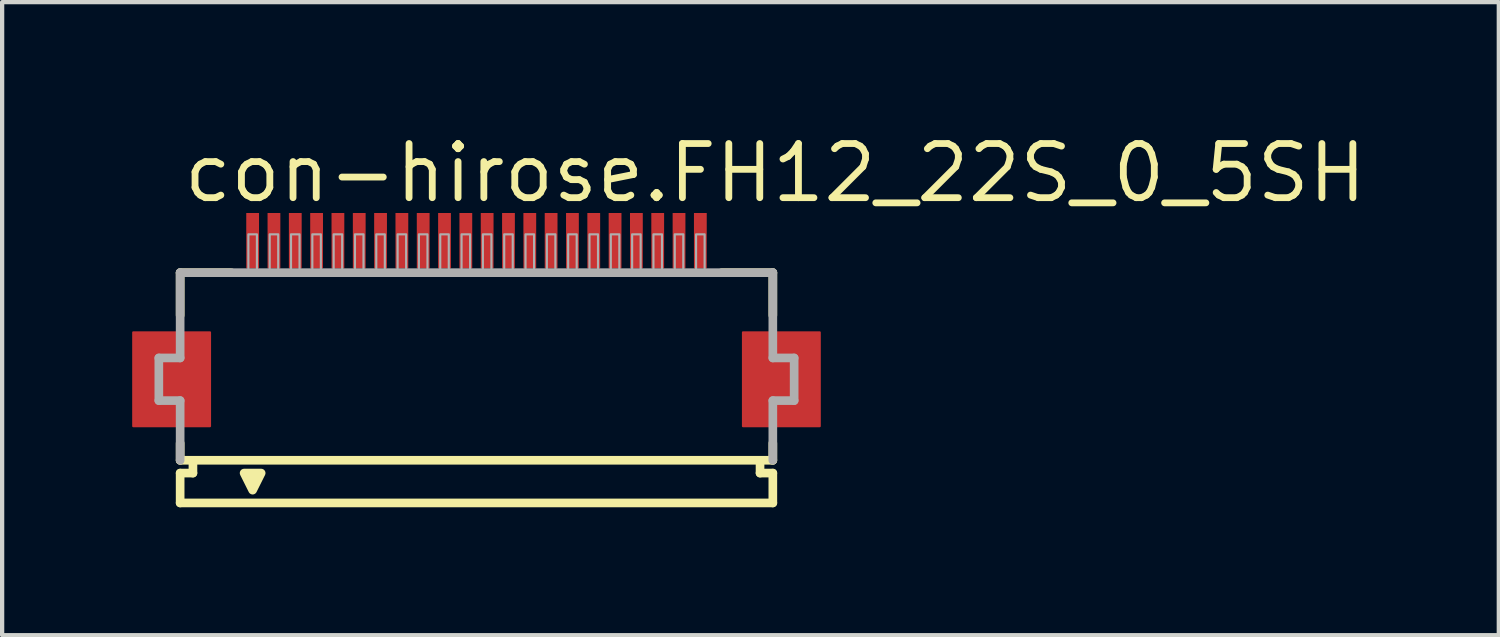
<source format=kicad_pcb>
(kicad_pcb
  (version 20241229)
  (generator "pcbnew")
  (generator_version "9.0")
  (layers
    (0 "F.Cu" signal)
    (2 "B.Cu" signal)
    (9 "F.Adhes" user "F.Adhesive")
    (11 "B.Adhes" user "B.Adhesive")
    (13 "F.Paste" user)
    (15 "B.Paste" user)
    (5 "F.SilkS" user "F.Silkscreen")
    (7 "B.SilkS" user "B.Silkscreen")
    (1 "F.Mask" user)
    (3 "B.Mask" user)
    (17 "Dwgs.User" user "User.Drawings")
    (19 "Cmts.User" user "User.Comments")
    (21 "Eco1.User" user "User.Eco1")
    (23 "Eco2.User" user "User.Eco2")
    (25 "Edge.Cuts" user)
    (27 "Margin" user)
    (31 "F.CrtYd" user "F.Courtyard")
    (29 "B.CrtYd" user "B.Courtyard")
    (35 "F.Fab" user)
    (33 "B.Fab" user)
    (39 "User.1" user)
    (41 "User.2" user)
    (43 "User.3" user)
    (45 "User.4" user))
  (footprint "con-hirose.FH12_22S_0_5SH"
    (layer "F.Cu")
    (at 8.125 5.845)
    (property "Reference" "con-hirose.FH12_22S_0_5SH" (at -6.948 -4.095 0) (layer "F.SilkS") (effects (font (size 1.27 1.27) (thickness 0.16)) (justify left bottom)))
    (attr smd)
    (fp_rect (start -8.05 1.1) (end -6.25 -1.1) (stroke (width 0.05) (type default)) (fill yes) (layer "F.Cu"))
    (fp_rect (start 6.25 1.1) (end 8.05 -1.1) (stroke (width 0.05) (type default)) (fill yes) (layer "F.Cu"))
    (fp_rect (start -8.1 1.175) (end -6.2 -1.175) (stroke (width 0.05) (type default)) (fill yes) (layer "F.Mask"))
    (fp_rect (start -5.45 -2.55) (end -5.05 -3.95) (stroke (width 0.05) (type default)) (fill yes) (layer "F.Mask"))
    (fp_rect (start -4.95 -2.55) (end -4.55 -3.95) (stroke (width 0.05) (type default)) (fill yes) (layer "F.Mask"))
    (fp_rect (start -4.45 -2.55) (end -4.05 -3.95) (stroke (width 0.05) (type default)) (fill yes) (layer "F.Mask"))
    (fp_rect (start -3.95 -2.55) (end -3.55 -3.95) (stroke (width 0.05) (type default)) (fill yes) (layer "F.Mask"))
    (fp_rect (start -3.45 -2.55) (end -3.05 -3.95) (stroke (width 0.05) (type default)) (fill yes) (layer "F.Mask"))
    (fp_rect (start -2.95 -2.55) (end -2.55 -3.95) (stroke (width 0.05) (type default)) (fill yes) (layer "F.Mask"))
    (fp_rect (start -2.45 -2.55) (end -2.05 -3.95) (stroke (width 0.05) (type default)) (fill yes) (layer "F.Mask"))
    (fp_rect (start -1.95 -2.55) (end -1.55 -3.95) (stroke (width 0.05) (type default)) (fill yes) (layer "F.Mask"))
    (fp_rect (start -1.45 -2.55) (end -1.05 -3.95) (stroke (width 0.05) (type default)) (fill yes) (layer "F.Mask"))
    (fp_rect (start -0.95 -2.55) (end -0.55 -3.95) (stroke (width 0.05) (type default)) (fill yes) (layer "F.Mask"))
    (fp_rect (start -0.45 -2.55) (end -0.05 -3.95) (stroke (width 0.05) (type default)) (fill yes) (layer "F.Mask"))
    (fp_rect (start 0.05 -2.55) (end 0.45 -3.95) (stroke (width 0.05) (type default)) (fill yes) (layer "F.Mask"))
    (fp_rect (start 0.55 -2.55) (end 0.95 -3.95) (stroke (width 0.05) (type default)) (fill yes) (layer "F.Mask"))
    (fp_rect (start 1.05 -2.55) (end 1.45 -3.95) (stroke (width 0.05) (type default)) (fill yes) (layer "F.Mask"))
    (fp_rect (start 1.55 -2.55) (end 1.95 -3.95) (stroke (width 0.05) (type default)) (fill yes) (layer "F.Mask"))
    (fp_rect (start 2.05 -2.55) (end 2.45 -3.95) (stroke (width 0.05) (type default)) (fill yes) (layer "F.Mask"))
    (fp_rect (start 2.55 -2.55) (end 2.95 -3.95) (stroke (width 0.05) (type default)) (fill yes) (layer "F.Mask"))
    (fp_rect (start 3.05 -2.55) (end 3.45 -3.95) (stroke (width 0.05) (type default)) (fill yes) (layer "F.Mask"))
    (fp_rect (start 3.55 -2.55) (end 3.95 -3.95) (stroke (width 0.05) (type default)) (fill yes) (layer "F.Mask"))
    (fp_rect (start 4.05 -2.55) (end 4.45 -3.95) (stroke (width 0.05) (type default)) (fill yes) (layer "F.Mask"))
    (fp_rect (start 4.55 -2.55) (end 4.95 -3.95) (stroke (width 0.05) (type default)) (fill yes) (layer "F.Mask"))
    (fp_rect (start 5.05 -2.55) (end 5.45 -3.95) (stroke (width 0.05) (type default)) (fill yes) (layer "F.Mask"))
    (fp_rect (start 6.2 1.175) (end 8.1 -1.175) (stroke (width 0.05) (type default)) (fill yes) (layer "F.Mask"))
    (fp_line (start -6.95 -2.5) (end -6.95 -1.5) (stroke (width 0.203) (type default)) (layer "F.SilkS"))
    (fp_line (start -6.95 1.5) (end -6.95 1.9) (stroke (width 0.203) (type default)) (layer "F.SilkS"))
    (fp_line (start -6.95 1.9) (end -6.65 1.9) (stroke (width 0.203) (type default)) (layer "F.SilkS"))
    (fp_line (start -6.95 2.2) (end -6.95 2.9) (stroke (width 0.203) (type default)) (layer "F.SilkS"))
    (fp_line (start -6.65 1.9) (end -6.65 2.2) (stroke (width 0.203) (type default)) (layer "F.SilkS"))
    (fp_line (start -6.65 2.2) (end -6.95 2.2) (stroke (width 0.203) (type default)) (layer "F.SilkS"))
    (fp_line (start -5.75 -2.5) (end -6.95 -2.5) (stroke (width 0.203) (type default)) (layer "F.SilkS"))
    (fp_line (start 6.65 1.9) (end -6.65 1.9) (stroke (width 0.203) (type default)) (layer "F.SilkS"))
    (fp_line (start 6.65 1.9) (end 6.95 1.9) (stroke (width 0.203) (type default)) (layer "F.SilkS"))
    (fp_line (start 6.65 2.2) (end 6.65 1.9) (stroke (width 0.203) (type default)) (layer "F.SilkS"))
    (fp_line (start 6.95 -2.5) (end 5.75 -2.5) (stroke (width 0.203) (type default)) (layer "F.SilkS"))
    (fp_line (start 6.95 -1.5) (end 6.95 -2.5) (stroke (width 0.203) (type default)) (layer "F.SilkS"))
    (fp_line (start 6.95 1.9) (end 6.95 1.5) (stroke (width 0.203) (type default)) (layer "F.SilkS"))
    (fp_line (start 6.95 2.2) (end 6.65 2.2) (stroke (width 0.203) (type default)) (layer "F.SilkS"))
    (fp_line (start 6.95 2.9) (end -6.95 2.9) (stroke (width 0.203) (type default)) (layer "F.SilkS"))
    (fp_line (start 6.95 2.9) (end 6.95 2.2) (stroke (width 0.203) (type default)) (layer "F.SilkS"))
    (fp_poly (pts (xy -5.45 2.2) (xy -5.25 2.6) (xy -5.05 2.2)) (stroke (width 0.203) (type default)) (fill yes) (layer "F.SilkS"))
    (fp_rect (start -7.975 1.025) (end -6.325 -1.025) (stroke (width 0.05) (type default)) (fill yes) (layer "F.Paste"))
    (fp_rect (start -5.375 -2.625) (end -5.125 -3.875) (stroke (width 0.05) (type default)) (fill yes) (layer "F.Paste"))
    (fp_rect (start -4.875 -2.625) (end -4.625 -3.875) (stroke (width 0.05) (type default)) (fill yes) (layer "F.Paste"))
    (fp_rect (start -4.375 -2.625) (end -4.125 -3.875) (stroke (width 0.05) (type default)) (fill yes) (layer "F.Paste"))
    (fp_rect (start -3.875 -2.625) (end -3.625 -3.875) (stroke (width 0.05) (type default)) (fill yes) (layer "F.Paste"))
    (fp_rect (start -3.375 -2.625) (end -3.125 -3.875) (stroke (width 0.05) (type default)) (fill yes) (layer "F.Paste"))
    (fp_rect (start -2.875 -2.625) (end -2.625 -3.875) (stroke (width 0.05) (type default)) (fill yes) (layer "F.Paste"))
    (fp_rect (start -2.375 -2.625) (end -2.125 -3.875) (stroke (width 0.05) (type default)) (fill yes) (layer "F.Paste"))
    (fp_rect (start -1.875 -2.625) (end -1.625 -3.875) (stroke (width 0.05) (type default)) (fill yes) (layer "F.Paste"))
    (fp_rect (start -1.375 -2.625) (end -1.125 -3.875) (stroke (width 0.05) (type default)) (fill yes) (layer "F.Paste"))
    (fp_rect (start -0.875 -2.625) (end -0.625 -3.875) (stroke (width 0.05) (type default)) (fill yes) (layer "F.Paste"))
    (fp_rect (start -0.375 -2.625) (end -0.125 -3.875) (stroke (width 0.05) (type default)) (fill yes) (layer "F.Paste"))
    (fp_rect (start 0.125 -2.625) (end 0.375 -3.875) (stroke (width 0.05) (type default)) (fill yes) (layer "F.Paste"))
    (fp_rect (start 0.625 -2.625) (end 0.875 -3.875) (stroke (width 0.05) (type default)) (fill yes) (layer "F.Paste"))
    (fp_rect (start 1.125 -2.625) (end 1.375 -3.875) (stroke (width 0.05) (type default)) (fill yes) (layer "F.Paste"))
    (fp_rect (start 1.625 -2.625) (end 1.875 -3.875) (stroke (width 0.05) (type default)) (fill yes) (layer "F.Paste"))
    (fp_rect (start 2.125 -2.625) (end 2.375 -3.875) (stroke (width 0.05) (type default)) (fill yes) (layer "F.Paste"))
    (fp_rect (start 2.625 -2.625) (end 2.875 -3.875) (stroke (width 0.05) (type default)) (fill yes) (layer "F.Paste"))
    (fp_rect (start 3.125 -2.625) (end 3.375 -3.875) (stroke (width 0.05) (type default)) (fill yes) (layer "F.Paste"))
    (fp_rect (start 3.625 -2.625) (end 3.875 -3.875) (stroke (width 0.05) (type default)) (fill yes) (layer "F.Paste"))
    (fp_rect (start 4.125 -2.625) (end 4.375 -3.875) (stroke (width 0.05) (type default)) (fill yes) (layer "F.Paste"))
    (fp_rect (start 4.625 -2.625) (end 4.875 -3.875) (stroke (width 0.05) (type default)) (fill yes) (layer "F.Paste"))
    (fp_rect (start 5.125 -2.625) (end 5.375 -3.875) (stroke (width 0.05) (type default)) (fill yes) (layer "F.Paste"))
    (fp_rect (start 6.325 1.025) (end 7.975 -1.025) (stroke (width 0.05) (type default)) (fill yes) (layer "F.Paste"))
    (fp_line (start -7.45 -0.5) (end -7.45 0.5) (stroke (width 0.203) (type default)) (layer "F.Fab"))
    (fp_line (start -7.45 0.5) (end -6.95 0.5) (stroke (width 0.203) (type default)) (layer "F.Fab"))
    (fp_line (start -6.95 -2.5) (end -6.95 -0.5) (stroke (width 0.203) (type default)) (layer "F.Fab"))
    (fp_line (start -6.95 -0.5) (end -7.45 -0.5) (stroke (width 0.203) (type default)) (layer "F.Fab"))
    (fp_line (start -6.95 0.5) (end -6.95 1.9) (stroke (width 0.203) (type default)) (layer "F.Fab"))
    (fp_line (start 6.95 -2.5) (end -6.95 -2.5) (stroke (width 0.203) (type default)) (layer "F.Fab"))
    (fp_line (start 6.95 -0.5) (end 6.95 -2.5) (stroke (width 0.203) (type default)) (layer "F.Fab"))
    (fp_line (start 6.95 0.5) (end 7.45 0.5) (stroke (width 0.203) (type default)) (layer "F.Fab"))
    (fp_line (start 6.95 1.9) (end 6.95 0.5) (stroke (width 0.203) (type default)) (layer "F.Fab"))
    (fp_line (start 7.45 -0.5) (end 6.95 -0.5) (stroke (width 0.203) (type default)) (layer "F.Fab"))
    (fp_line (start 7.45 0.5) (end 7.45 -0.5) (stroke (width 0.203) (type default)) (layer "F.Fab"))
    (fp_rect (start -5.35 -2.55) (end -5.15 -3.4) (stroke (width 0.05) (type default)) (fill no) (layer "F.Fab"))
    (fp_rect (start -4.85 -2.55) (end -4.65 -3.4) (stroke (width 0.05) (type default)) (fill no) (layer "F.Fab"))
    (fp_rect (start -4.35 -2.55) (end -4.15 -3.4) (stroke (width 0.05) (type default)) (fill no) (layer "F.Fab"))
    (fp_rect (start -3.85 -2.55) (end -3.65 -3.4) (stroke (width 0.05) (type default)) (fill no) (layer "F.Fab"))
    (fp_rect (start -3.35 -2.55) (end -3.15 -3.4) (stroke (width 0.05) (type default)) (fill no) (layer "F.Fab"))
    (fp_rect (start -2.85 -2.55) (end -2.65 -3.4) (stroke (width 0.05) (type default)) (fill no) (layer "F.Fab"))
    (fp_rect (start -2.35 -2.55) (end -2.15 -3.4) (stroke (width 0.05) (type default)) (fill no) (layer "F.Fab"))
    (fp_rect (start -1.85 -2.55) (end -1.65 -3.4) (stroke (width 0.05) (type default)) (fill no) (layer "F.Fab"))
    (fp_rect (start -1.35 -2.55) (end -1.15 -3.4) (stroke (width 0.05) (type default)) (fill no) (layer "F.Fab"))
    (fp_rect (start -0.85 -2.55) (end -0.65 -3.4) (stroke (width 0.05) (type default)) (fill no) (layer "F.Fab"))
    (fp_rect (start -0.35 -2.55) (end -0.15 -3.4) (stroke (width 0.05) (type default)) (fill no) (layer "F.Fab"))
    (fp_rect (start 0.15 -2.55) (end 0.35 -3.4) (stroke (width 0.05) (type default)) (fill no) (layer "F.Fab"))
    (fp_rect (start 0.65 -2.55) (end 0.85 -3.4) (stroke (width 0.05) (type default)) (fill no) (layer "F.Fab"))
    (fp_rect (start 1.15 -2.55) (end 1.35 -3.4) (stroke (width 0.05) (type default)) (fill no) (layer "F.Fab"))
    (fp_rect (start 1.65 -2.55) (end 1.85 -3.4) (stroke (width 0.05) (type default)) (fill no) (layer "F.Fab"))
    (fp_rect (start 2.15 -2.55) (end 2.35 -3.4) (stroke (width 0.05) (type default)) (fill no) (layer "F.Fab"))
    (fp_rect (start 2.65 -2.55) (end 2.85 -3.4) (stroke (width 0.05) (type default)) (fill no) (layer "F.Fab"))
    (fp_rect (start 3.15 -2.55) (end 3.35 -3.4) (stroke (width 0.05) (type default)) (fill no) (layer "F.Fab"))
    (fp_rect (start 3.65 -2.55) (end 3.85 -3.4) (stroke (width 0.05) (type default)) (fill no) (layer "F.Fab"))
    (fp_rect (start 4.15 -2.55) (end 4.35 -3.4) (stroke (width 0.05) (type default)) (fill no) (layer "F.Fab"))
    (fp_rect (start 4.65 -2.55) (end 4.85 -3.4) (stroke (width 0.05) (type default)) (fill no) (layer "F.Fab"))
    (fp_rect (start 5.15 -2.55) (end 5.35 -3.4) (stroke (width 0.05) (type default)) (fill no) (layer "F.Fab"))
    (pad "1" smd roundrect (at -5.25 -3.25) (size 0.3 1.3) (layers "F.Cu" "F.Mask" "F.Paste") (roundrect_rratio 0.01))
    (pad "2" smd roundrect (at -4.75 -3.25) (size 0.3 1.3) (layers "F.Cu" "F.Mask" "F.Paste") (roundrect_rratio 0.01))
    (pad "3" smd roundrect (at -4.25 -3.25) (size 0.3 1.3) (layers "F.Cu" "F.Mask" "F.Paste") (roundrect_rratio 0.01))
    (pad "4" smd roundrect (at -3.75 -3.25) (size 0.3 1.3) (layers "F.Cu" "F.Mask" "F.Paste") (roundrect_rratio 0.01))
    (pad "5" smd roundrect (at -3.25 -3.25) (size 0.3 1.3) (layers "F.Cu" "F.Mask" "F.Paste") (roundrect_rratio 0.01))
    (pad "6" smd roundrect (at -2.75 -3.25) (size 0.3 1.3) (layers "F.Cu" "F.Mask" "F.Paste") (roundrect_rratio 0.01))
    (pad "7" smd roundrect (at -2.25 -3.25) (size 0.3 1.3) (layers "F.Cu" "F.Mask" "F.Paste") (roundrect_rratio 0.01))
    (pad "8" smd roundrect (at -1.75 -3.25) (size 0.3 1.3) (layers "F.Cu" "F.Mask" "F.Paste") (roundrect_rratio 0.01))
    (pad "9" smd roundrect (at -1.25 -3.25) (size 0.3 1.3) (layers "F.Cu" "F.Mask" "F.Paste") (roundrect_rratio 0.01))
    (pad "10" smd roundrect (at -0.75 -3.25) (size 0.3 1.3) (layers "F.Cu" "F.Mask" "F.Paste") (roundrect_rratio 0.01))
    (pad "11" smd roundrect (at -0.25 -3.25) (size 0.3 1.3) (layers "F.Cu" "F.Mask" "F.Paste") (roundrect_rratio 0.01))
    (pad "12" smd roundrect (at 0.25 -3.25) (size 0.3 1.3) (layers "F.Cu" "F.Mask" "F.Paste") (roundrect_rratio 0.01))
    (pad "13" smd roundrect (at 0.75 -3.25) (size 0.3 1.3) (layers "F.Cu" "F.Mask" "F.Paste") (roundrect_rratio 0.01))
    (pad "14" smd roundrect (at 1.25 -3.25) (size 0.3 1.3) (layers "F.Cu" "F.Mask" "F.Paste") (roundrect_rratio 0.01))
    (pad "15" smd roundrect (at 1.75 -3.25) (size 0.3 1.3) (layers "F.Cu" "F.Mask" "F.Paste") (roundrect_rratio 0.01))
    (pad "16" smd roundrect (at 2.25 -3.25) (size 0.3 1.3) (layers "F.Cu" "F.Mask" "F.Paste") (roundrect_rratio 0.01))
    (pad "17" smd roundrect (at 2.75 -3.25) (size 0.3 1.3) (layers "F.Cu" "F.Mask" "F.Paste") (roundrect_rratio 0.01))
    (pad "18" smd roundrect (at 3.25 -3.25) (size 0.3 1.3) (layers "F.Cu" "F.Mask" "F.Paste") (roundrect_rratio 0.01))
    (pad "19" smd roundrect (at 3.75 -3.25) (size 0.3 1.3) (layers "F.Cu" "F.Mask" "F.Paste") (roundrect_rratio 0.01))
    (pad "20" smd roundrect (at 4.25 -3.25) (size 0.3 1.3) (layers "F.Cu" "F.Mask" "F.Paste") (roundrect_rratio 0.01))
    (pad "21" smd roundrect (at 4.75 -3.25) (size 0.3 1.3) (layers "F.Cu" "F.Mask" "F.Paste") (roundrect_rratio 0.01))
    (pad "22" smd roundrect (at 5.25 -3.25) (size 0.3 1.3) (layers "F.Cu" "F.Mask" "F.Paste") (roundrect_rratio 0.01)))
  (gr_rect
    (start -3 -3)
    (end 32.101 11.847)
    (stroke (width 0.1) (type default))
    (fill no)
    (layer "Edge.Cuts")))
</source>
